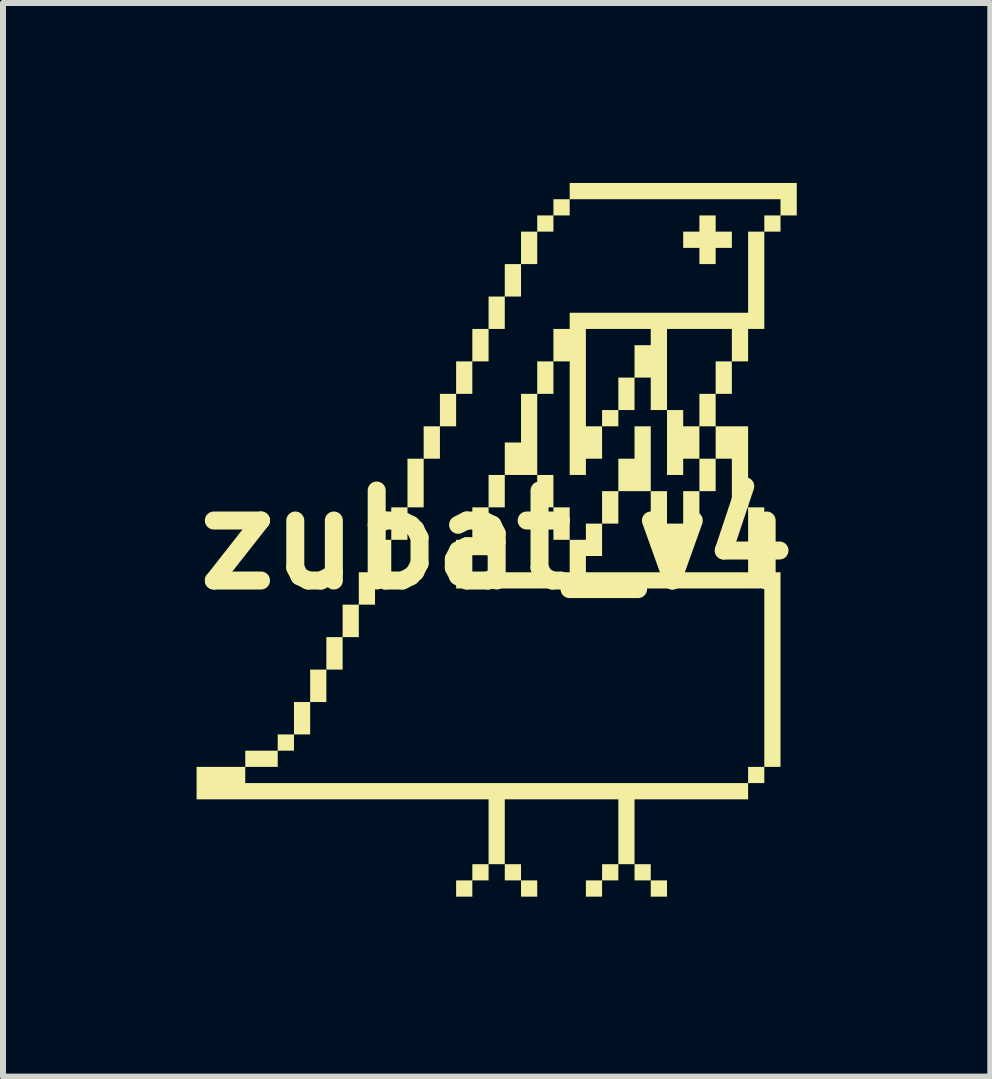
<source format=kicad_pcb>
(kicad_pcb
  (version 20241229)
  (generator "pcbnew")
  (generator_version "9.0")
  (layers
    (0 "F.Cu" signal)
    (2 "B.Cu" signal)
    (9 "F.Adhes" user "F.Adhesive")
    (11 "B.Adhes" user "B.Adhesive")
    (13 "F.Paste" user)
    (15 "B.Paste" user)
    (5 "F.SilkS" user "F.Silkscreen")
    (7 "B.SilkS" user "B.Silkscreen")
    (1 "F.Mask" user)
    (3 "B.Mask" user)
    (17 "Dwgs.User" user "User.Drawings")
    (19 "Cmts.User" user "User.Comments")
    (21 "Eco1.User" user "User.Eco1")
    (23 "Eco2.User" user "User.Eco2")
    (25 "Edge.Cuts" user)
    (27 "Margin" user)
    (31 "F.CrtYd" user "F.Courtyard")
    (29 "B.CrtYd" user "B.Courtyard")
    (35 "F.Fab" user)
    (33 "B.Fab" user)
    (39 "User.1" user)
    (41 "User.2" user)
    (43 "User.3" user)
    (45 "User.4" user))
  (footprint "zubat_v4"
    (layer "F.Cu")
    (at 5.229 5.948)
    (property "Reference" "zubat_v4" (at 0 0 0) (layer "F.SilkS") (effects (font (size 1.5 1.5) (thickness 0.3))))
    (attr board_only exclude_from_pos_files exclude_from_bom)
    (fp_poly (pts (xy 0.406 5.542) (xy 0.406 5.677) (xy 0.27 5.677) (xy 0.135 5.677) (xy 0.135 5.542) (xy 0.135 5.407) (xy 0.27 5.407) (xy 0.406 5.407)) (stroke (width 0) (type solid)) (fill yes) (layer "F.SilkS"))
    (fp_poly (pts (xy 0.676 5.813) (xy 0.676 5.948) (xy 0.541 5.948) (xy 0.406 5.948) (xy 0.406 5.813) (xy 0.406 5.677) (xy 0.541 5.677) (xy 0.676 5.677)) (stroke (width 0) (type solid)) (fill yes) (layer "F.SilkS"))
    (fp_poly (pts (xy 0.946 -0.811) (xy 0.946 -0.541) (xy 0.811 -0.541) (xy 0.676 -0.541) (xy 0.676 -0.811) (xy 0.676 -1.081) (xy 0.811 -1.081) (xy 0.946 -1.081)) (stroke (width 0) (type solid)) (fill yes) (layer "F.SilkS"))
    (fp_poly (pts (xy 1.217 -0.27) (xy 1.217 0) (xy 1.081 0) (xy 0.946 0) (xy 0.946 -0.27) (xy 0.946 -0.541) (xy 1.081 -0.541) (xy 1.217 -0.541)) (stroke (width 0) (type solid)) (fill yes) (layer "F.SilkS"))
    (fp_poly (pts (xy 2.568 5.542) (xy 2.568 5.677) (xy 2.433 5.677) (xy 2.298 5.677) (xy 2.298 5.542) (xy 2.298 5.407) (xy 2.433 5.407) (xy 2.568 5.407)) (stroke (width 0) (type solid)) (fill yes) (layer "F.SilkS"))
    (fp_poly (pts (xy 2.839 5.813) (xy 2.839 5.948) (xy 2.704 5.948) (xy 2.568 5.948) (xy 2.568 5.813) (xy 2.568 5.677) (xy 2.704 5.677) (xy 2.839 5.677)) (stroke (width 0) (type solid)) (fill yes) (layer "F.SilkS"))
    (fp_poly (pts (xy 4.191 -1.217) (xy 4.191 -0.541) (xy 4.055 -0.541) (xy 3.92 -0.541) (xy 3.92 -0.946) (xy 3.92 -1.352) (xy 3.785 -1.352) (xy 3.65 -1.352) (xy 3.65 -1.622) (xy 3.65 -1.892) (xy 3.92 -1.892) (xy 4.191 -1.892)) (stroke (width 0) (type solid)) (fill yes) (layer "F.SilkS"))
    (fp_poly (pts (xy 2.298 -2.433) (xy 2.298 -2.163) (xy 2.163 -2.163) (xy 2.028 -2.163) (xy 2.028 -2.028) (xy 2.028 -1.892) (xy 1.892 -1.892) (xy 1.757 -1.892) (xy 1.757 -2.028) (xy 1.757 -2.163) (xy 1.892 -2.163) (xy 2.028 -2.163) (xy 2.028 -2.433) (xy 2.028 -2.704) (xy 2.163 -2.704) (xy 2.298 -2.704)) (stroke (width 0) (type solid)) (fill yes) (layer "F.SilkS"))
    (fp_poly (pts (xy 3.109 -2.028) (xy 3.109 -1.892) (xy 3.244 -1.892) (xy 3.379 -1.892) (xy 3.379 -1.622) (xy 3.379 -1.352) (xy 3.244 -1.352) (xy 3.109 -1.352) (xy 3.109 -1.217) (xy 3.109 -1.081) (xy 2.974 -1.081) (xy 2.839 -1.081) (xy 2.839 -1.622) (xy 2.839 -2.163) (xy 2.974 -2.163) (xy 3.109 -2.163)) (stroke (width 0) (type solid)) (fill yes) (layer "F.SilkS"))
    (fp_poly (pts (xy 3.65 -1.081) (xy 3.65 -0.811) (xy 3.515 -0.811) (xy 3.379 -0.811) (xy 3.379 -0.541) (xy 3.379 -0.27) (xy 3.244 -0.27) (xy 3.109 -0.27) (xy 3.109 -0.541) (xy 3.109 -0.811) (xy 3.244 -0.811) (xy 3.379 -0.811) (xy 3.379 -1.081) (xy 3.379 -1.352) (xy 3.515 -1.352) (xy 3.65 -1.352)) (stroke (width 0) (type solid)) (fill yes) (layer "F.SilkS"))
    (fp_poly (pts (xy 2.568 -1.352) (xy 2.568 -0.811) (xy 2.298 -0.811) (xy 2.028 -0.811) (xy 2.028 -0.541) (xy 2.028 -0.27) (xy 1.892 -0.27) (xy 1.757 -0.27) (xy 1.757 -0.541) (xy 1.757 -0.811) (xy 1.892 -0.811) (xy 2.028 -0.811) (xy 2.028 -1.081) (xy 2.028 -1.352) (xy 2.163 -1.352) (xy 2.298 -1.352) (xy 2.298 -1.622) (xy 2.298 -1.892) (xy 2.433 -1.892) (xy 2.568 -1.892)) (stroke (width 0) (type solid)) (fill yes) (layer "F.SilkS"))
    (fp_poly (pts (xy 3.65 -5.272) (xy 3.65 -5.137) (xy 3.785 -5.137) (xy 3.92 -5.137) (xy 3.92 -5.002) (xy 3.92 -4.866) (xy 3.785 -4.866) (xy 3.65 -4.866) (xy 3.65 -4.731) (xy 3.65 -4.596) (xy 3.515 -4.596) (xy 3.379 -4.596) (xy 3.379 -4.731) (xy 3.379 -4.866) (xy 3.244 -4.866) (xy 3.109 -4.866) (xy 3.109 -5.002) (xy 3.109 -5.137) (xy 3.244 -5.137) (xy 3.379 -5.137) (xy 3.379 -5.272) (xy 3.379 -5.407) (xy 3.515 -5.407) (xy 3.65 -5.407)) (stroke (width 0) (type solid)) (fill yes) (layer "F.SilkS"))
    (fp_poly (pts (xy 0.946 -2.704) (xy 0.946 -2.433) (xy 0.811 -2.433) (xy 0.676 -2.433) (xy 0.676 -1.757) (xy 0.676 -1.081) (xy 0.406 -1.081) (xy 0.135 -1.081) (xy 0.135 -0.811) (xy 0.135 -0.541) (xy 0 -0.541) (xy -0.135 -0.541) (xy -0.135 -0.27) (xy -0.135 0) (xy -0.27 0) (xy -0.406 0) (xy -0.406 -0.27) (xy -0.406 -0.541) (xy -0.27 -0.541) (xy -0.135 -0.541) (xy -0.135 -0.811) (xy -0.135 -1.081) (xy 0 -1.081) (xy 0.135 -1.081) (xy 0.135 -1.352) (xy 0.135 -1.622) (xy 0.27 -1.622) (xy 0.406 -1.622) (xy 0.406 -2.028) (xy 0.406 -2.433) (xy 0.541 -2.433) (xy 0.676 -2.433) (xy 0.676 -2.704) (xy 0.676 -2.974) (xy 0.811 -2.974) (xy 0.946 -2.974)) (stroke (width 0) (type solid)) (fill yes) (layer "F.SilkS"))
    (fp_poly (pts (xy 5.002 -5.677) (xy 5.002 -5.407) (xy 4.866 -5.407) (xy 4.731 -5.407) (xy 4.731 -5.272) (xy 4.731 -5.137) (xy 4.596 -5.137) (xy 4.461 -5.137) (xy 4.461 -4.326) (xy 4.461 -3.515) (xy 4.326 -3.515) (xy 4.191 -3.515) (xy 4.191 -3.244) (xy 4.191 -2.974) (xy 4.055 -2.974) (xy 3.92 -2.974) (xy 3.92 -2.704) (xy 3.92 -2.433) (xy 3.785 -2.433) (xy 3.65 -2.433) (xy 3.65 -2.163) (xy 3.65 -1.892) (xy 3.515 -1.892) (xy 3.379 -1.892) (xy 3.379 -2.163) (xy 3.379 -2.433) (xy 3.515 -2.433) (xy 3.65 -2.433) (xy 3.65 -2.704) (xy 3.65 -2.974) (xy 3.785 -2.974) (xy 3.92 -2.974) (xy 3.92 -3.244) (xy 3.92 -3.515) (xy 3.379 -3.515) (xy 2.839 -3.515) (xy 2.839 -2.839) (xy 2.839 -2.163) (xy 2.704 -2.163) (xy 2.568 -2.163) (xy 2.568 -2.433) (xy 2.568 -2.704) (xy 2.433 -2.704) (xy 2.298 -2.704) (xy 2.298 -2.974) (xy 2.298 -3.244) (xy 2.433 -3.244) (xy 2.568 -3.244) (xy 2.568 -3.379) (xy 2.568 -3.515) (xy 2.028 -3.515) (xy 1.487 -3.515) (xy 1.487 -2.704) (xy 1.487 -1.892) (xy 1.622 -1.892) (xy 1.757 -1.892) (xy 1.757 -1.622) (xy 1.757 -1.352) (xy 1.622 -1.352) (xy 1.487 -1.352) (xy 1.487 -1.217) (xy 1.487 -1.081) (xy 1.352 -1.081) (xy 1.217 -1.081) (xy 1.217 -2.028) (xy 1.217 -2.974) (xy 1.081 -2.974) (xy 0.946 -2.974) (xy 0.946 -3.244) (xy 0.946 -3.515) (xy 1.081 -3.515) (xy 1.217 -3.515) (xy 1.217 -3.65) (xy 1.217 -3.785) (xy 2.704 -3.785) (xy 4.191 -3.785) (xy 4.191 -4.461) (xy 4.191 -5.137) (xy 4.326 -5.137) (xy 4.461 -5.137) (xy 4.461 -5.272) (xy 4.461 -5.407) (xy 4.596 -5.407) (xy 4.731 -5.407) (xy 4.731 -5.542) (xy 4.731 -5.677) (xy 2.974 -5.677) (xy 1.217 -5.677) (xy 1.217 -5.542) (xy 1.217 -5.407) (xy 1.081 -5.407) (xy 0.946 -5.407) (xy 0.946 -5.272) (xy 0.946 -5.137) (xy 0.811 -5.137) (xy 0.676 -5.137) (xy 0.676 -4.866) (xy 0.676 -4.596) (xy 0.541 -4.596) (xy 0.406 -4.596) (xy 0.406 -4.326) (xy 0.406 -4.055) (xy 0.27 -4.055) (xy 0.135 -4.055) (xy 0.135 -3.785) (xy 0.135 -3.515) (xy 0 -3.515) (xy -0.135 -3.515) (xy -0.135 -3.244) (xy -0.135 -2.974) (xy -0.27 -2.974) (xy -0.406 -2.974) (xy -0.406 -2.704) (xy -0.406 -2.433) (xy -0.541 -2.433) (xy -0.676 -2.433) (xy -0.676 -2.163) (xy -0.676 -1.892) (xy -0.811 -1.892) (xy -0.946 -1.892) (xy -0.946 -1.622) (xy -0.946 -1.352) (xy -1.081 -1.352) (xy -1.217 -1.352) (xy -1.217 -0.946) (xy -1.217 -0.541) (xy -1.352 -0.541) (xy -1.487 -0.541) (xy -1.487 -0.27) (xy -1.487 0) (xy -1.622 0) (xy -1.757 0) (xy -1.757 0.27) (xy -1.757 0.541) (xy -1.892 0.541) (xy -2.028 0.541) (xy -2.028 0.811) (xy -2.028 1.081) (xy -2.163 1.081) (xy -2.298 1.081) (xy -2.298 1.352) (xy -2.298 1.622) (xy -2.433 1.622) (xy -2.568 1.622) (xy -2.568 1.892) (xy -2.568 2.163) (xy -2.704 2.163) (xy -2.839 2.163) (xy -2.839 2.433) (xy -2.839 2.704) (xy -2.974 2.704) (xy -3.109 2.704) (xy -3.109 2.974) (xy -3.109 3.244) (xy -3.244 3.244) (xy -3.379 3.244) (xy -3.379 3.379) (xy -3.379 3.515) (xy -3.515 3.515) (xy -3.65 3.515) (xy -3.65 3.65) (xy -3.65 3.785) (xy -3.92 3.785) (xy -4.191 3.785) (xy -4.191 3.92) (xy -4.191 4.055) (xy 0 4.055) (xy 4.191 4.055) (xy 4.191 3.92) (xy 4.191 3.785) (xy 4.326 3.785) (xy 4.461 3.785) (xy 4.461 2.298) (xy 4.461 0.811) (xy 1.892 0.811) (xy -0.676 0.811) (xy -0.676 0.406) (xy -0.676 0) (xy -0.541 0) (xy -0.406 0) (xy -0.406 0.27) (xy -0.406 0.541) (xy 0.406 0.541) (xy 1.217 0.541) (xy 1.217 0.27) (xy 1.217 0) (xy 1.352 0) (xy 1.487 0) (xy 1.487 -0.135) (xy 1.487 -0.27) (xy 1.622 -0.27) (xy 1.757 -0.27) (xy 1.757 0) (xy 1.757 0.27) (xy 1.622 0.27) (xy 1.487 0.27) (xy 1.487 0.406) (xy 1.487 0.541) (xy 2.163 0.541) (xy 2.839 0.541) (xy 2.839 0.27) (xy 2.839 0) (xy 2.704 0) (xy 2.568 0) (xy 2.568 -0.406) (xy 2.568 -0.811) (xy 2.704 -0.811) (xy 2.839 -0.811) (xy 2.839 -0.541) (xy 2.839 -0.27) (xy 2.974 -0.27) (xy 3.109 -0.27) (xy 3.109 0.135) (xy 3.109 0.541) (xy 3.65 0.541) (xy 4.191 0.541) (xy 4.191 0) (xy 4.191 -0.541) (xy 4.326 -0.541) (xy 4.461 -0.541) (xy 4.461 0) (xy 4.461 0.541) (xy 4.596 0.541) (xy 4.731 0.541) (xy 4.731 2.163) (xy 4.731 3.785) (xy 4.596 3.785) (xy 4.461 3.785) (xy 4.461 3.92) (xy 4.461 4.055) (xy 4.326 4.055) (xy 4.191 4.055) (xy 4.191 4.191) (xy 4.191 4.326) (xy 3.244 4.326) (xy 2.298 4.326) (xy 2.298 4.866) (xy 2.298 5.407) (xy 2.163 5.407) (xy 2.028 5.407) (xy 2.028 5.542) (xy 2.028 5.677) (xy 1.892 5.677) (xy 1.757 5.677) (xy 1.757 5.813) (xy 1.757 5.948) (xy 1.622 5.948) (xy 1.487 5.948) (xy 1.487 5.813) (xy 1.487 5.677) (xy 1.622 5.677) (xy 1.757 5.677) (xy 1.757 5.542) (xy 1.757 5.407) (xy 1.892 5.407) (xy 2.028 5.407) (xy 2.028 4.866) (xy 2.028 4.326) (xy 1.081 4.326) (xy 0.135 4.326) (xy 0.135 4.866) (xy 0.135 5.407) (xy 0 5.407) (xy -0.135 5.407) (xy -0.135 5.542) (xy -0.135 5.677) (xy -0.27 5.677) (xy -0.406 5.677) (xy -0.406 5.813) (xy -0.406 5.948) (xy -0.541 5.948) (xy -0.676 5.948) (xy -0.676 5.813) (xy -0.676 5.677) (xy -0.541 5.677) (xy -0.406 5.677) (xy -0.406 5.542) (xy -0.406 5.407) (xy -0.27 5.407) (xy -0.135 5.407) (xy -0.135 4.866) (xy -0.135 4.326) (xy -2.568 4.326) (xy -5.002 4.326) (xy -5.002 4.055) (xy -5.002 3.785) (xy -4.596 3.785) (xy -4.191 3.785) (xy -4.191 3.65) (xy -4.191 3.515) (xy -3.92 3.515) (xy -3.65 3.515) (xy -3.65 3.379) (xy -3.65 3.244) (xy -3.515 3.244) (xy -3.379 3.244) (xy -3.379 2.974) (xy -3.379 2.704) (xy -3.244 2.704) (xy -3.109 2.704) (xy -3.109 2.433) (xy -3.109 2.163) (xy -2.974 2.163) (xy -2.839 2.163) (xy -2.839 1.892) (xy -2.839 1.622) (xy -2.704 1.622) (xy -2.568 1.622) (xy -2.568 1.352) (xy -2.568 1.081) (xy -2.433 1.081) (xy -2.298 1.081) (xy -2.298 0.811) (xy -2.298 0.541) (xy -2.163 0.541) (xy -2.028 0.541) (xy -2.028 0.27) (xy -2.028 0) (xy -1.892 0) (xy -1.757 0) (xy -1.757 -0.27) (xy -1.757 -0.541) (xy -1.622 -0.541) (xy -1.487 -0.541) (xy -1.487 -0.946) (xy -1.487 -1.352) (xy -1.352 -1.352) (xy -1.217 -1.352) (xy -1.217 -1.622) (xy -1.217 -1.892) (xy -1.081 -1.892) (xy -0.946 -1.892) (xy -0.946 -2.163) (xy -0.946 -2.433) (xy -0.811 -2.433) (xy -0.676 -2.433) (xy -0.676 -2.704) (xy -0.676 -2.974) (xy -0.541 -2.974) (xy -0.406 -2.974) (xy -0.406 -3.244) (xy -0.406 -3.515) (xy -0.27 -3.515) (xy -0.135 -3.515) (xy -0.135 -3.785) (xy -0.135 -4.055) (xy 0 -4.055) (xy 0.135 -4.055) (xy 0.135 -4.326) (xy 0.135 -4.596) (xy 0.27 -4.596) (xy 0.406 -4.596) (xy 0.406 -4.866) (xy 0.406 -5.137) (xy 0.541 -5.137) (xy 0.676 -5.137) (xy 0.676 -5.272) (xy 0.676 -5.407) (xy 0.811 -5.407) (xy 0.946 -5.407) (xy 0.946 -5.542) (xy 0.946 -5.677) (xy 1.081 -5.677) (xy 1.217 -5.677) (xy 1.217 -5.813) (xy 1.217 -5.948) (xy 3.109 -5.948) (xy 5.002 -5.948)) (stroke (width 0) (type solid)) (fill yes) (layer "F.SilkS")))
  (gr_rect
    (start -3 -3)
    (end 13.457 14.896)
    (stroke (width 0.1) (type default))
    (fill no)
    (layer "Edge.Cuts")))
</source>
